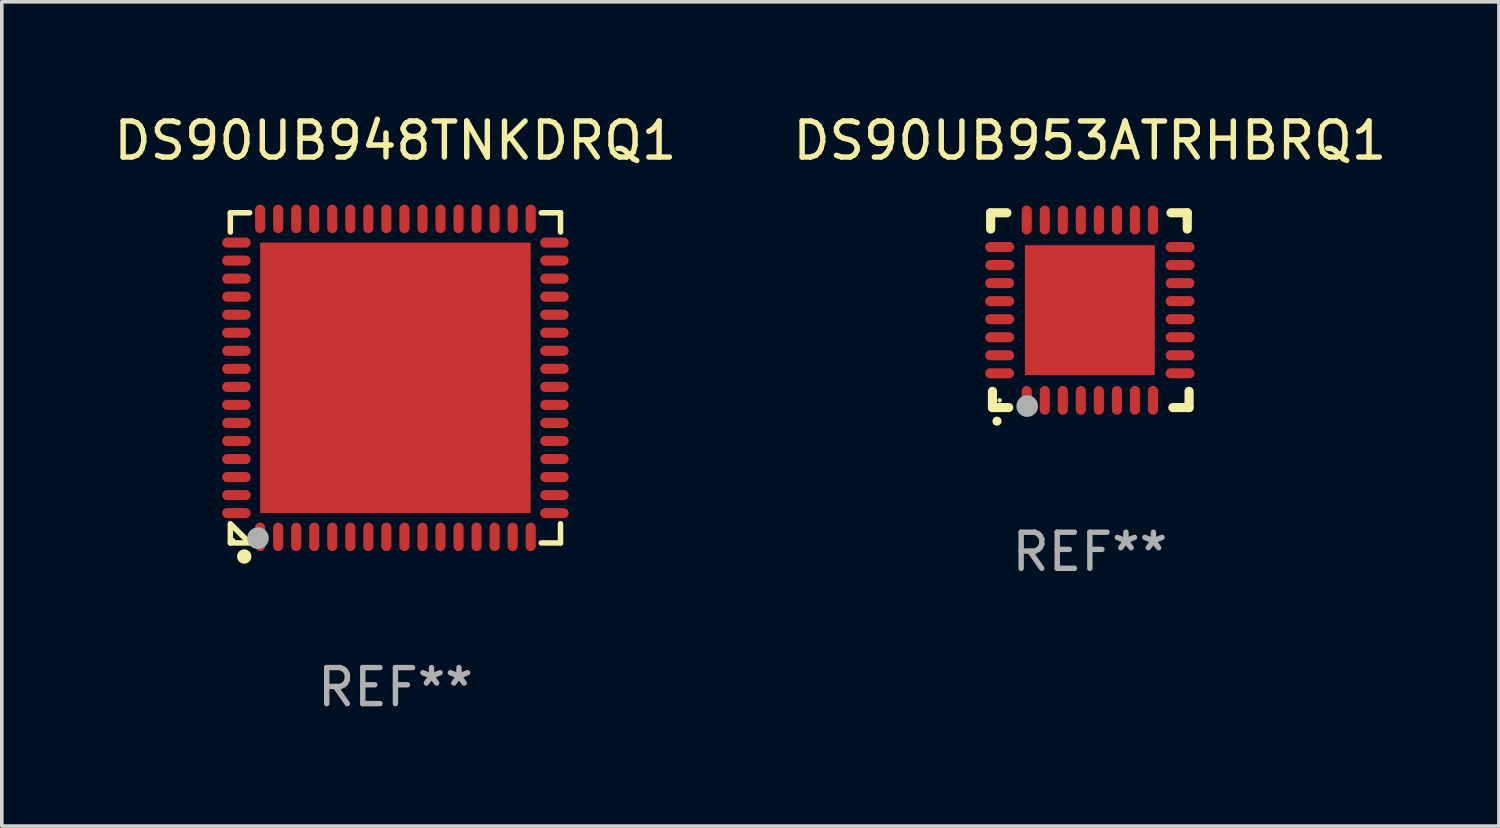
<source format=kicad_pcb>
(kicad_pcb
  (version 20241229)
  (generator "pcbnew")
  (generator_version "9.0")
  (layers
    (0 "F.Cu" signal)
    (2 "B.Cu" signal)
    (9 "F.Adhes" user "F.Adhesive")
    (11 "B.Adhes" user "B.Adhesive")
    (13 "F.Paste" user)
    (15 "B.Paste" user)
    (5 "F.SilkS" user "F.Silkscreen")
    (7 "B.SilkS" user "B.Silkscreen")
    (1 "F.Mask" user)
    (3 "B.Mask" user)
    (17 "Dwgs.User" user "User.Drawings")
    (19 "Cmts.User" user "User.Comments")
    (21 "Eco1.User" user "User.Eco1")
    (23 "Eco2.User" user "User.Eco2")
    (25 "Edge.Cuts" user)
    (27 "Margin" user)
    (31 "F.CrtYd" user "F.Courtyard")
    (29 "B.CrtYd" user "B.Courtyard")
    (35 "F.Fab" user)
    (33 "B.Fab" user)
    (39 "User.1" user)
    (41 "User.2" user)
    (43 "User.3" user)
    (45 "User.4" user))
  (footprint "DS90UB953ATRHBRQ1"
    (layer "F.Cu")
    (at 27.161 5.548)
    (property "Reference" "DS90UB953ATRHBRQ1" (at 0 -4.7 0) (layer "F.SilkS") (effects (font (size 1 1) (thickness 0.15))))
    (attr through_hole)
    (fp_line (start -2.75 -2.7) (end -2.75 -2.25) (stroke (width 0.254) (type solid)) (layer "F.SilkS"))
    (fp_line (start -2.7 2.7) (end -2.7 2.25) (stroke (width 0.254) (type solid)) (layer "F.SilkS"))
    (fp_line (start -2.3 -2.7) (end -2.75 -2.7) (stroke (width 0.254) (type solid)) (layer "F.SilkS"))
    (fp_line (start -2.25 2.7) (end -2.7 2.7) (stroke (width 0.254) (type solid)) (layer "F.SilkS"))
    (fp_line (start 2.3 2.7) (end 2.75 2.7) (stroke (width 0.254) (type solid)) (layer "F.SilkS"))
    (fp_line (start 2.7 -2.7) (end 2.25 -2.7) (stroke (width 0.254) (type solid)) (layer "F.SilkS"))
    (fp_line (start 2.7 -2.25) (end 2.7 -2.7) (stroke (width 0.254) (type solid)) (layer "F.SilkS"))
    (fp_line (start 2.75 2.7) (end 2.75 2.25) (stroke (width 0.254) (type solid)) (layer "F.SilkS"))
    (fp_arc (start -2.575565 3.075946) (mid -2.574295 3.07594) (end -2.573025 3.075946) (stroke (width 0.25) (type solid)) (layer "F.SilkS"))
    (fp_circle (center -2.5 2.5) (end -2.47 2.5) (stroke (width 0.06) (type solid)) (fill no) (layer "F.SilkS"))
    (fp_circle (center -1.737 2.659) (end -1.587 2.659) (stroke (width 0.3) (type solid)) (fill no) (layer "F.Fab"))
    (fp_text user "REF**" (at 0 6.7 0) (layer "F.Fab") (effects (font (size 1 1) (thickness 0.15))))
    (pad "1" smd oval (at -1.75 2.5) (size 0.28 0.8) (layers "F.Cu" "F.Mask" "F.Paste"))
    (pad "2" smd oval (at -1.25 2.5) (size 0.28 0.8) (layers "F.Cu" "F.Mask" "F.Paste"))
    (pad "3" smd oval (at -0.75 2.5) (size 0.28 0.8) (layers "F.Cu" "F.Mask" "F.Paste"))
    (pad "4" smd oval (at -0.25 2.5) (size 0.28 0.8) (layers "F.Cu" "F.Mask" "F.Paste"))
    (pad "5" smd oval (at 0.25 2.5) (size 0.28 0.8) (layers "F.Cu" "F.Mask" "F.Paste"))
    (pad "6" smd oval (at 0.75 2.5) (size 0.28 0.8) (layers "F.Cu" "F.Mask" "F.Paste"))
    (pad "7" smd oval (at 1.25 2.5) (size 0.28 0.8) (layers "F.Cu" "F.Mask" "F.Paste"))
    (pad "8" smd oval (at 1.75 2.5) (size 0.28 0.8) (layers "F.Cu" "F.Mask" "F.Paste"))
    (pad "9" smd oval (at 2.5 1.75) (size 0.8 0.28) (layers "F.Cu" "F.Mask" "F.Paste"))
    (pad "10" smd oval (at 2.5 1.25) (size 0.8 0.28) (layers "F.Cu" "F.Mask" "F.Paste"))
    (pad "11" smd oval (at 2.5 0.75) (size 0.8 0.28) (layers "F.Cu" "F.Mask" "F.Paste"))
    (pad "12" smd oval (at 2.5 0.25) (size 0.8 0.28) (layers "F.Cu" "F.Mask" "F.Paste"))
    (pad "13" smd oval (at 2.5 -0.25) (size 0.8 0.28) (layers "F.Cu" "F.Mask" "F.Paste"))
    (pad "14" smd oval (at 2.5 -0.75) (size 0.8 0.28) (layers "F.Cu" "F.Mask" "F.Paste"))
    (pad "15" smd oval (at 2.5 -1.25) (size 0.8 0.28) (layers "F.Cu" "F.Mask" "F.Paste"))
    (pad "16" smd oval (at 2.5 -1.75) (size 0.8 0.28) (layers "F.Cu" "F.Mask" "F.Paste"))
    (pad "17" smd oval (at 1.75 -2.5) (size 0.28 0.8) (layers "F.Cu" "F.Mask" "F.Paste"))
    (pad "18" smd oval (at 1.25 -2.5) (size 0.28 0.8) (layers "F.Cu" "F.Mask" "F.Paste"))
    (pad "19" smd oval (at 0.75 -2.5) (size 0.28 0.8) (layers "F.Cu" "F.Mask" "F.Paste"))
    (pad "20" smd oval (at 0.25 -2.5) (size 0.28 0.8) (layers "F.Cu" "F.Mask" "F.Paste"))
    (pad "21" smd oval (at -0.25 -2.5) (size 0.28 0.8) (layers "F.Cu" "F.Mask" "F.Paste"))
    (pad "22" smd oval (at -0.75 -2.5) (size 0.28 0.8) (layers "F.Cu" "F.Mask" "F.Paste"))
    (pad "23" smd oval (at -1.25 -2.5) (size 0.28 0.8) (layers "F.Cu" "F.Mask" "F.Paste"))
    (pad "24" smd oval (at -1.75 -2.5) (size 0.28 0.8) (layers "F.Cu" "F.Mask" "F.Paste"))
    (pad "25" smd oval (at -2.5 -1.75) (size 0.8 0.28) (layers "F.Cu" "F.Mask" "F.Paste"))
    (pad "26" smd oval (at -2.5 -1.25) (size 0.8 0.28) (layers "F.Cu" "F.Mask" "F.Paste"))
    (pad "27" smd oval (at -2.5 -0.75) (size 0.8 0.28) (layers "F.Cu" "F.Mask" "F.Paste"))
    (pad "28" smd oval (at -2.5 -0.25) (size 0.8 0.28) (layers "F.Cu" "F.Mask" "F.Paste"))
    (pad "29" smd oval (at -2.5 0.25) (size 0.8 0.28) (layers "F.Cu" "F.Mask" "F.Paste"))
    (pad "30" smd oval (at -2.5 0.75) (size 0.8 0.28) (layers "F.Cu" "F.Mask" "F.Paste"))
    (pad "31" smd oval (at -2.5 1.25) (size 0.8 0.28) (layers "F.Cu" "F.Mask" "F.Paste"))
    (pad "32" smd oval (at -2.5 1.75) (size 0.8 0.28) (layers "F.Cu" "F.Mask" "F.Paste"))
    (pad "33" smd rect (at 0.000076 0.000076) (size 3.6 3.6) (layers "F.Cu" "F.Mask" "F.Paste")))
  (footprint "DS90UB948TNKDRQ1"
    (layer "F.Cu")
    (at 7.911 7.424)
    (property "Reference" "DS90UB948TNKDRQ1" (at 0 -6.576 0) (layer "F.SilkS") (effects (font (size 1 1) (thickness 0.15))))
    (attr through_hole)
    (fp_line (start -4.576 -4.576) (end -4.576 -4.042) (stroke (width 0.152) (type solid)) (layer "F.SilkS"))
    (fp_line (start -4.576 4.576) (end -4.576 4.042) (stroke (width 0.152) (type solid)) (layer "F.SilkS"))
    (fp_line (start -4.069 4.549) (end -4.549 4.069) (stroke (width 0.152) (type solid)) (layer "F.SilkS"))
    (fp_line (start -4.042 -4.576) (end -4.576 -4.576) (stroke (width 0.152) (type solid)) (layer "F.SilkS"))
    (fp_line (start -4.042 4.576) (end -4.576 4.576) (stroke (width 0.152) (type solid)) (layer "F.SilkS"))
    (fp_line (start 4.042 -4.576) (end 4.576 -4.576) (stroke (width 0.152) (type solid)) (layer "F.SilkS"))
    (fp_line (start 4.042 4.576) (end 4.576 4.576) (stroke (width 0.152) (type solid)) (layer "F.SilkS"))
    (fp_line (start 4.576 -4.576) (end 4.576 -4.042) (stroke (width 0.152) (type solid)) (layer "F.SilkS"))
    (fp_line (start 4.576 4.576) (end 4.576 4.042) (stroke (width 0.152) (type solid)) (layer "F.SilkS"))
    (fp_circle (center -4.5 4.5) (end -4.47 4.5) (stroke (width 0.06) (type solid)) (fill no) (layer "F.SilkS"))
    (fp_circle (center -4.191 4.953) (end -4.091 4.953) (stroke (width 0.2) (type solid)) (fill no) (layer "F.SilkS"))
    (fp_circle (center -3.81 4.445) (end -3.66 4.445) (stroke (width 0.3) (type solid)) (fill no) (layer "F.Fab"))
    (fp_text user "REF**" (at 0 8.576 0) (layer "F.Fab") (effects (font (size 1 1) (thickness 0.15))))
    (pad "1" smd oval (at -3.75 4.407) (size 0.28 0.79) (layers "F.Cu" "F.Mask" "F.Paste"))
    (pad "2" smd oval (at -3.25 4.407) (size 0.28 0.79) (layers "F.Cu" "F.Mask" "F.Paste"))
    (pad "3" smd oval (at -2.75 4.407) (size 0.28 0.79) (layers "F.Cu" "F.Mask" "F.Paste"))
    (pad "4" smd oval (at -2.25 4.407) (size 0.28 0.79) (layers "F.Cu" "F.Mask" "F.Paste"))
    (pad "5" smd oval (at -1.75 4.407) (size 0.28 0.79) (layers "F.Cu" "F.Mask" "F.Paste"))
    (pad "6" smd oval (at -1.25 4.407) (size 0.28 0.79) (layers "F.Cu" "F.Mask" "F.Paste"))
    (pad "7" smd oval (at -0.75 4.407) (size 0.28 0.79) (layers "F.Cu" "F.Mask" "F.Paste"))
    (pad "8" smd oval (at -0.25 4.407) (size 0.28 0.79) (layers "F.Cu" "F.Mask" "F.Paste"))
    (pad "9" smd oval (at 0.25 4.407) (size 0.28 0.79) (layers "F.Cu" "F.Mask" "F.Paste"))
    (pad "10" smd oval (at 0.75 4.407) (size 0.28 0.79) (layers "F.Cu" "F.Mask" "F.Paste"))
    (pad "11" smd oval (at 1.25 4.407) (size 0.28 0.79) (layers "F.Cu" "F.Mask" "F.Paste"))
    (pad "12" smd oval (at 1.75 4.407) (size 0.28 0.79) (layers "F.Cu" "F.Mask" "F.Paste"))
    (pad "13" smd oval (at 2.25 4.407) (size 0.28 0.79) (layers "F.Cu" "F.Mask" "F.Paste"))
    (pad "14" smd oval (at 2.75 4.407) (size 0.28 0.79) (layers "F.Cu" "F.Mask" "F.Paste"))
    (pad "15" smd oval (at 3.25 4.407) (size 0.28 0.79) (layers "F.Cu" "F.Mask" "F.Paste"))
    (pad "16" smd oval (at 3.75 4.407) (size 0.28 0.79) (layers "F.Cu" "F.Mask" "F.Paste"))
    (pad "17" smd oval (at 4.407 3.75) (size 0.79 0.28) (layers "F.Cu" "F.Mask" "F.Paste"))
    (pad "18" smd oval (at 4.407 3.25) (size 0.79 0.28) (layers "F.Cu" "F.Mask" "F.Paste"))
    (pad "19" smd oval (at 4.407 2.75) (size 0.79 0.28) (layers "F.Cu" "F.Mask" "F.Paste"))
    (pad "20" smd oval (at 4.407 2.25) (size 0.79 0.28) (layers "F.Cu" "F.Mask" "F.Paste"))
    (pad "21" smd oval (at 4.407 1.75) (size 0.79 0.28) (layers "F.Cu" "F.Mask" "F.Paste"))
    (pad "22" smd oval (at 4.407 1.25) (size 0.79 0.28) (layers "F.Cu" "F.Mask" "F.Paste"))
    (pad "23" smd oval (at 4.407 0.75) (size 0.79 0.28) (layers "F.Cu" "F.Mask" "F.Paste"))
    (pad "24" smd oval (at 4.407 0.25) (size 0.79 0.28) (layers "F.Cu" "F.Mask" "F.Paste"))
    (pad "25" smd oval (at 4.407 -0.25) (size 0.79 0.28) (layers "F.Cu" "F.Mask" "F.Paste"))
    (pad "26" smd oval (at 4.407 -0.75) (size 0.79 0.28) (layers "F.Cu" "F.Mask" "F.Paste"))
    (pad "27" smd oval (at 4.407 -1.25) (size 0.79 0.28) (layers "F.Cu" "F.Mask" "F.Paste"))
    (pad "28" smd oval (at 4.407 -1.75) (size 0.79 0.28) (layers "F.Cu" "F.Mask" "F.Paste"))
    (pad "29" smd oval (at 4.407 -2.25) (size 0.79 0.28) (layers "F.Cu" "F.Mask" "F.Paste"))
    (pad "30" smd oval (at 4.407 -2.75) (size 0.79 0.28) (layers "F.Cu" "F.Mask" "F.Paste"))
    (pad "31" smd oval (at 4.407 -3.25) (size 0.79 0.28) (layers "F.Cu" "F.Mask" "F.Paste"))
    (pad "32" smd oval (at 4.407 -3.75) (size 0.79 0.28) (layers "F.Cu" "F.Mask" "F.Paste"))
    (pad "33" smd oval (at 3.75 -4.407) (size 0.28 0.79) (layers "F.Cu" "F.Mask" "F.Paste"))
    (pad "34" smd oval (at 3.25 -4.407) (size 0.28 0.79) (layers "F.Cu" "F.Mask" "F.Paste"))
    (pad "35" smd oval (at 2.75 -4.407) (size 0.28 0.79) (layers "F.Cu" "F.Mask" "F.Paste"))
    (pad "36" smd oval (at 2.25 -4.407) (size 0.28 0.79) (layers "F.Cu" "F.Mask" "F.Paste"))
    (pad "37" smd oval (at 1.75 -4.407) (size 0.28 0.79) (layers "F.Cu" "F.Mask" "F.Paste"))
    (pad "38" smd oval (at 1.25 -4.407) (size 0.28 0.79) (layers "F.Cu" "F.Mask" "F.Paste"))
    (pad "39" smd oval (at 0.75 -4.407) (size 0.28 0.79) (layers "F.Cu" "F.Mask" "F.Paste"))
    (pad "40" smd oval (at 0.25 -4.407) (size 0.28 0.79) (layers "F.Cu" "F.Mask" "F.Paste"))
    (pad "41" smd oval (at -0.25 -4.407) (size 0.28 0.79) (layers "F.Cu" "F.Mask" "F.Paste"))
    (pad "42" smd oval (at -0.75 -4.407) (size 0.28 0.79) (layers "F.Cu" "F.Mask" "F.Paste"))
    (pad "43" smd oval (at -1.25 -4.407) (size 0.28 0.79) (layers "F.Cu" "F.Mask" "F.Paste"))
    (pad "44" smd oval (at -1.75 -4.407) (size 0.28 0.79) (layers "F.Cu" "F.Mask" "F.Paste"))
    (pad "45" smd oval (at -2.25 -4.407) (size 0.28 0.79) (layers "F.Cu" "F.Mask" "F.Paste"))
    (pad "46" smd oval (at -2.75 -4.407) (size 0.28 0.79) (layers "F.Cu" "F.Mask" "F.Paste"))
    (pad "47" smd oval (at -3.25 -4.407) (size 0.28 0.79) (layers "F.Cu" "F.Mask" "F.Paste"))
    (pad "48" smd oval (at -3.75 -4.407) (size 0.28 0.79) (layers "F.Cu" "F.Mask" "F.Paste"))
    (pad "49" smd oval (at -4.407 -3.75) (size 0.79 0.28) (layers "F.Cu" "F.Mask" "F.Paste"))
    (pad "50" smd oval (at -4.407 -3.25) (size 0.79 0.28) (layers "F.Cu" "F.Mask" "F.Paste"))
    (pad "51" smd oval (at -4.407 -2.75) (size 0.79 0.28) (layers "F.Cu" "F.Mask" "F.Paste"))
    (pad "52" smd oval (at -4.407 -2.25) (size 0.79 0.28) (layers "F.Cu" "F.Mask" "F.Paste"))
    (pad "53" smd oval (at -4.407 -1.75) (size 0.79 0.28) (layers "F.Cu" "F.Mask" "F.Paste"))
    (pad "54" smd oval (at -4.407 -1.25) (size 0.79 0.28) (layers "F.Cu" "F.Mask" "F.Paste"))
    (pad "55" smd oval (at -4.407 -0.75) (size 0.79 0.28) (layers "F.Cu" "F.Mask" "F.Paste"))
    (pad "56" smd oval (at -4.407 -0.25) (size 0.79 0.28) (layers "F.Cu" "F.Mask" "F.Paste"))
    (pad "57" smd oval (at -4.407 0.25) (size 0.79 0.28) (layers "F.Cu" "F.Mask" "F.Paste"))
    (pad "58" smd oval (at -4.407 0.75) (size 0.79 0.28) (layers "F.Cu" "F.Mask" "F.Paste"))
    (pad "59" smd oval (at -4.407 1.25) (size 0.79 0.28) (layers "F.Cu" "F.Mask" "F.Paste"))
    (pad "60" smd oval (at -4.407 1.75) (size 0.79 0.28) (layers "F.Cu" "F.Mask" "F.Paste"))
    (pad "61" smd oval (at -4.407 2.25) (size 0.79 0.28) (layers "F.Cu" "F.Mask" "F.Paste"))
    (pad "62" smd oval (at -4.407 2.75) (size 0.79 0.28) (layers "F.Cu" "F.Mask" "F.Paste"))
    (pad "63" smd oval (at -4.407 3.25) (size 0.79 0.28) (layers "F.Cu" "F.Mask" "F.Paste"))
    (pad "64" smd oval (at -4.407 3.75) (size 0.79 0.28) (layers "F.Cu" "F.Mask" "F.Paste"))
    (pad "65" smd rect (at 0 0) (size 7.5 7.5) (layers "F.Cu" "F.Mask" "F.Paste")))
  (gr_rect
    (start -3 -3)
    (end 38.5 19.849)
    (stroke (width 0.1) (type default))
    (fill no)
    (layer "Edge.Cuts")))
</source>
